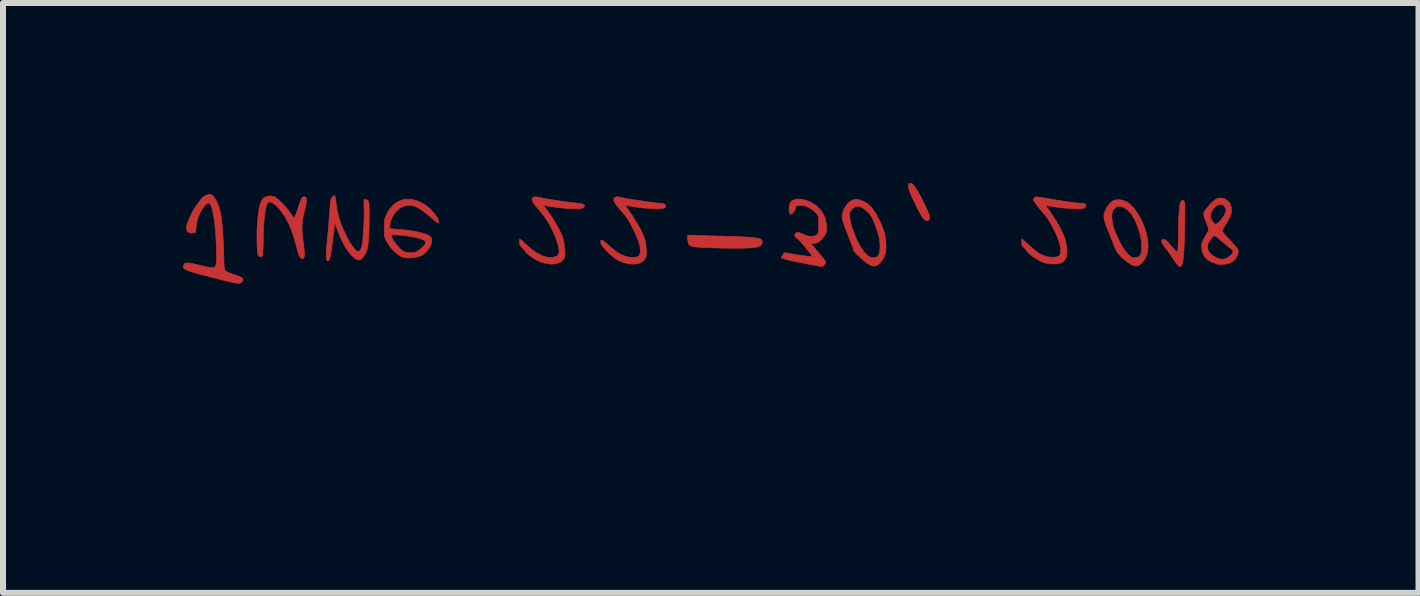
<source format=kicad_pcb>
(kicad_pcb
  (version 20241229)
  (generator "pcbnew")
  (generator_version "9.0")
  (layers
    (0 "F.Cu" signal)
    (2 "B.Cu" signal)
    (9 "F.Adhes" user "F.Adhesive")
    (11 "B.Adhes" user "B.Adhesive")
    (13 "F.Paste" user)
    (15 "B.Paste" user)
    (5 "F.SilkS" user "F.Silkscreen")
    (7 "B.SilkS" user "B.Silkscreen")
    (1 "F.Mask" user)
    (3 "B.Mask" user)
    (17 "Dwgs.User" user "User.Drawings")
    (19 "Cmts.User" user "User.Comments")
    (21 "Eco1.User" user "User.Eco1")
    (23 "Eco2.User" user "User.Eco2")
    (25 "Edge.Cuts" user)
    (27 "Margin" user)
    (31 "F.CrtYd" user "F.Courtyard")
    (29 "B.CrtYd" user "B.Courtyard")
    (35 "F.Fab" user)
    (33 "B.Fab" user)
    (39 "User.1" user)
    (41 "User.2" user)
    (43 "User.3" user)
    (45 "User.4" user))
  (footprint "mz-date-18"
    (layer "F.Cu")
    (at 8.996 0.808)
    (property "Reference" "mz-date-18" (at 0.005 1.608 0) (layer "Eco1.User") (effects (font (size 1.524 1.524) (thickness 0.3))))
    (attr through_hole)
    (fp_poly (pts (xy 3.439 -0.19) (xy 3.451 -0.209) (xy 3.452 -0.239) (xy 3.441 -0.282) (xy 3.418 -0.342) (xy 3.382 -0.421) (xy 3.333 -0.52) (xy 3.297 -0.589) (xy 3.261 -0.654) (xy 3.229 -0.708) (xy 3.206 -0.745) (xy 3.205 -0.746) (xy 3.169 -0.786) (xy 3.137 -0.803) (xy 3.112 -0.798) (xy 3.1 -0.782) (xy 3.097 -0.754) (xy 3.105 -0.711) (xy 3.125 -0.652) (xy 3.158 -0.573) (xy 3.205 -0.474) (xy 3.219 -0.445) (xy 3.268 -0.348) (xy 3.308 -0.276) (xy 3.341 -0.225) (xy 3.369 -0.194) (xy 3.394 -0.179) (xy 3.416 -0.179) (xy 3.439 -0.19)) (stroke (width 0.01) (type solid)) (fill yes) (layer "F.Cu"))
    (fp_poly (pts (xy 0.387 0.278) (xy 0.471 0.274) (xy 0.535 0.267) (xy 0.584 0.257) (xy 0.618 0.244) (xy 0.637 0.231) (xy 0.659 0.198) (xy 0.661 0.162) (xy 0.644 0.133) (xy 0.637 0.128) (xy 0.601 0.116) (xy 0.538 0.106) (xy 0.449 0.097) (xy 0.332 0.09) (xy 0.189 0.084) (xy 0.017 0.079) (xy -0.018 0.078) (xy -0.124 0.076) (xy -0.226 0.073) (xy -0.319 0.07) (xy -0.397 0.067) (xy -0.456 0.065) (xy -0.49 0.063) (xy -0.537 0.061) (xy -0.571 0.064) (xy -0.585 0.069) (xy -0.587 0.091) (xy -0.583 0.129) (xy -0.575 0.173) (xy -0.564 0.21) (xy -0.553 0.229) (xy -0.537 0.24) (xy -0.509 0.249) (xy -0.468 0.256) (xy -0.41 0.262) (xy -0.333 0.267) (xy -0.236 0.271) (xy -0.114 0.275) (xy 0 0.278) (xy 0.154 0.28) (xy 0.282 0.28) (xy 0.387 0.278)) (stroke (width 0.01) (type solid)) (fill yes) (layer "F.Cu"))
    (fp_poly (pts (xy 7.651 0.571) (xy 7.668 0.527) (xy 7.681 0.455) (xy 7.682 0.45) (xy 7.686 0.404) (xy 7.69 0.338) (xy 7.694 0.257) (xy 7.697 0.163) (xy 7.701 0.063) (xy 7.703 -0.041) (xy 7.705 -0.143) (xy 7.707 -0.24) (xy 7.708 -0.326) (xy 7.708 -0.398) (xy 7.707 -0.451) (xy 7.704 -0.482) (xy 7.704 -0.484) (xy 7.688 -0.515) (xy 7.665 -0.52) (xy 7.641 -0.498) (xy 7.637 -0.491) (xy 7.627 -0.459) (xy 7.619 -0.403) (xy 7.611 -0.324) (xy 7.605 -0.228) (xy 7.601 -0.116) (xy 7.598 0.008) (xy 7.597 0.102) (xy 7.596 0.18) (xy 7.594 0.249) (xy 7.591 0.302) (xy 7.587 0.336) (xy 7.584 0.345) (xy 7.57 0.338) (xy 7.544 0.313) (xy 7.508 0.275) (xy 7.481 0.243) (xy 7.426 0.181) (xy 7.382 0.143) (xy 7.35 0.129) (xy 7.329 0.139) (xy 7.321 0.155) (xy 7.321 0.177) (xy 7.336 0.209) (xy 7.367 0.254) (xy 7.381 0.272) (xy 7.425 0.33) (xy 7.474 0.398) (xy 7.514 0.459) (xy 7.547 0.508) (xy 7.576 0.548) (xy 7.598 0.574) (xy 7.601 0.578) (xy 7.628 0.588) (xy 7.651 0.571)) (stroke (width 0.01) (type solid)) (fill yes) (layer "F.Cu"))
    (fp_poly (pts (xy 6.923 0.573) (xy 6.964 0.548) (xy 6.996 0.518) (xy 7.046 0.451) (xy 7.077 0.374) (xy 7.092 0.281) (xy 7.093 0.217) (xy 7.083 0.113) (xy 7.057 0.003) (xy 7.018 -0.108) (xy 6.969 -0.215) (xy 6.911 -0.313) (xy 6.849 -0.397) (xy 6.783 -0.462) (xy 6.733 -0.495) (xy 6.655 -0.524) (xy 6.581 -0.531) (xy 6.516 -0.516) (xy 6.51 -0.513) (xy 6.468 -0.48) (xy 6.425 -0.429) (xy 6.388 -0.366) (xy 6.366 -0.314) (xy 6.359 -0.283) (xy 6.49 -0.283) (xy 6.5 -0.338) (xy 6.516 -0.367) (xy 6.564 -0.407) (xy 6.615 -0.42) (xy 6.673 -0.407) (xy 6.684 -0.402) (xy 6.756 -0.354) (xy 6.821 -0.28) (xy 6.877 -0.185) (xy 6.896 -0.141) (xy 6.939 -0.028) (xy 6.967 0.07) (xy 6.983 0.159) (xy 6.989 0.248) (xy 6.989 0.255) (xy 6.985 0.333) (xy 6.97 0.387) (xy 6.944 0.42) (xy 6.903 0.435) (xy 6.872 0.438) (xy 6.838 0.435) (xy 6.81 0.424) (xy 6.78 0.401) (xy 6.747 0.368) (xy 6.701 0.31) (xy 6.652 0.232) (xy 6.603 0.139) (xy 6.558 0.038) (xy 6.522 -0.056) (xy 6.501 -0.135) (xy 6.49 -0.213) (xy 6.49 -0.283) (xy 6.359 -0.283) (xy 6.358 -0.277) (xy 6.358 -0.236) (xy 6.366 -0.187) (xy 6.385 -0.125) (xy 6.414 -0.045) (xy 6.439 0.017) (xy 6.469 0.09) (xy 6.498 0.161) (xy 6.522 0.223) (xy 6.538 0.267) (xy 6.538 0.268) (xy 6.582 0.351) (xy 6.652 0.432) (xy 6.749 0.51) (xy 6.768 0.523) (xy 6.831 0.561) (xy 6.88 0.577) (xy 6.923 0.573)) (stroke (width 0.01) (type solid)) (fill yes) (layer "F.Cu"))
    (fp_poly (pts (xy -6.992 0.449) (xy -6.979 0.438) (xy -6.972 0.415) (xy -6.97 0.377) (xy -6.974 0.32) (xy -6.983 0.241) (xy -6.99 0.182) (xy -7.003 0.075) (xy -7.01 -0.013) (xy -7.011 -0.088) (xy -7.007 -0.158) (xy -6.995 -0.231) (xy -6.977 -0.316) (xy -6.966 -0.362) (xy -6.947 -0.444) (xy -6.937 -0.503) (xy -6.937 -0.541) (xy -6.946 -0.564) (xy -6.964 -0.575) (xy -6.97 -0.576) (xy -6.989 -0.576) (xy -7.004 -0.566) (xy -7.02 -0.543) (xy -7.038 -0.503) (xy -7.059 -0.443) (xy -7.081 -0.375) (xy -7.101 -0.316) (xy -7.119 -0.269) (xy -7.133 -0.238) (xy -7.14 -0.23) (xy -7.154 -0.238) (xy -7.177 -0.266) (xy -7.206 -0.306) (xy -7.211 -0.314) (xy -7.252 -0.37) (xy -7.302 -0.429) (xy -7.356 -0.485) (xy -7.409 -0.533) (xy -7.453 -0.567) (xy -7.476 -0.579) (xy -7.546 -0.593) (xy -7.609 -0.582) (xy -7.652 -0.554) (xy -7.677 -0.525) (xy -7.698 -0.484) (xy -7.715 -0.43) (xy -7.73 -0.357) (xy -7.743 -0.263) (xy -7.752 -0.18) (xy -7.757 -0.103) (xy -7.761 -0.015) (xy -7.762 0.078) (xy -7.761 0.169) (xy -7.759 0.253) (xy -7.754 0.324) (xy -7.748 0.375) (xy -7.744 0.392) (xy -7.725 0.417) (xy -7.698 0.423) (xy -7.673 0.408) (xy -7.671 0.406) (xy -7.667 0.386) (xy -7.664 0.344) (xy -7.661 0.283) (xy -7.658 0.21) (xy -7.657 0.152) (xy -7.654 -0.005) (xy -7.647 -0.144) (xy -7.636 -0.261) (xy -7.623 -0.356) (xy -7.606 -0.427) (xy -7.587 -0.474) (xy -7.566 -0.493) (xy -7.561 -0.494) (xy -7.515 -0.482) (xy -7.459 -0.445) (xy -7.398 -0.385) (xy -7.393 -0.38) (xy -7.306 -0.265) (xy -7.23 -0.126) (xy -7.165 0.037) (xy -7.111 0.222) (xy -7.108 0.237) (xy -7.085 0.326) (xy -7.064 0.389) (xy -7.044 0.429) (xy -7.024 0.449) (xy -7.011 0.452) (xy -6.992 0.449)) (stroke (width 0.01) (type solid)) (fill yes) (layer "F.Cu"))
    (fp_poly (pts (xy -1.395 0.533) (xy -1.334 0.503) (xy -1.306 0.478) (xy -1.288 0.452) (xy -1.277 0.425) (xy -1.272 0.388) (xy -1.271 0.331) (xy -1.271 0.326) (xy -1.274 0.26) (xy -1.282 0.193) (xy -1.293 0.14) (xy -1.323 0.06) (xy -1.369 -0.036) (xy -1.431 -0.145) (xy -1.504 -0.262) (xy -1.588 -0.384) (xy -1.608 -0.412) (xy -1.62 -0.432) (xy -1.611 -0.435) (xy -1.594 -0.432) (xy -1.514 -0.416) (xy -1.421 -0.403) (xy -1.323 -0.391) (xy -1.226 -0.383) (xy -1.138 -0.377) (xy -1.064 -0.377) (xy -1.017 -0.38) (xy -0.977 -0.387) (xy -0.958 -0.398) (xy -0.953 -0.418) (xy -0.953 -0.424) (xy -0.955 -0.442) (xy -0.964 -0.453) (xy -0.987 -0.461) (xy -1.028 -0.467) (xy -1.059 -0.47) (xy -1.122 -0.477) (xy -1.198 -0.487) (xy -1.283 -0.499) (xy -1.372 -0.512) (xy -1.459 -0.525) (xy -1.539 -0.538) (xy -1.608 -0.549) (xy -1.659 -0.559) (xy -1.689 -0.566) (xy -1.692 -0.567) (xy -1.745 -0.578) (xy -1.788 -0.571) (xy -1.808 -0.557) (xy -1.816 -0.534) (xy -1.809 -0.503) (xy -1.785 -0.46) (xy -1.742 -0.403) (xy -1.68 -0.332) (xy -1.629 -0.272) (xy -1.585 -0.212) (xy -1.544 -0.143) (xy -1.499 -0.059) (xy -1.489 -0.038) (xy -1.437 0.073) (xy -1.401 0.166) (xy -1.379 0.244) (xy -1.371 0.312) (xy -1.372 0.349) (xy -1.384 0.393) (xy -1.412 0.421) (xy -1.46 0.433) (xy -1.528 0.433) (xy -1.607 0.419) (xy -1.684 0.389) (xy -1.766 0.341) (xy -1.855 0.272) (xy -1.89 0.241) (xy -1.947 0.191) (xy -1.986 0.159) (xy -2.011 0.144) (xy -2.025 0.143) (xy -2.028 0.147) (xy -2.031 0.178) (xy -2.028 0.204) (xy -2.012 0.233) (xy -1.979 0.275) (xy -1.935 0.324) (xy -1.883 0.374) (xy -1.829 0.421) (xy -1.81 0.437) (xy -1.73 0.487) (xy -1.644 0.522) (xy -1.555 0.542) (xy -1.471 0.545) (xy -1.395 0.533)) (stroke (width 0.01) (type solid)) (fill yes) (layer "F.Cu"))
    (fp_poly (pts (xy 2.572 0.566) (xy 2.617 0.532) (xy 2.66 0.482) (xy 2.688 0.435) (xy 2.708 0.391) (xy 2.719 0.349) (xy 2.724 0.299) (xy 2.725 0.243) (xy 2.72 0.145) (xy 2.705 0.053) (xy 2.677 -0.041) (xy 2.634 -0.145) (xy 2.612 -0.191) (xy 2.551 -0.305) (xy 2.488 -0.393) (xy 2.423 -0.458) (xy 2.353 -0.5) (xy 2.336 -0.507) (xy 2.274 -0.528) (xy 2.226 -0.535) (xy 2.184 -0.528) (xy 2.151 -0.516) (xy 2.099 -0.48) (xy 2.053 -0.424) (xy 2.017 -0.356) (xy 1.997 -0.284) (xy 1.996 -0.28) (xy 2.118 -0.28) (xy 2.12 -0.312) (xy 2.13 -0.336) (xy 2.15 -0.36) (xy 2.164 -0.374) (xy 2.208 -0.41) (xy 2.249 -0.422) (xy 2.295 -0.414) (xy 2.304 -0.411) (xy 2.332 -0.395) (xy 2.37 -0.367) (xy 2.409 -0.334) (xy 2.445 -0.299) (xy 2.472 -0.265) (xy 2.496 -0.223) (xy 2.521 -0.165) (xy 2.533 -0.133) (xy 2.572 -0.026) (xy 2.599 0.061) (xy 2.616 0.136) (xy 2.624 0.204) (xy 2.624 0.272) (xy 2.624 0.276) (xy 2.616 0.349) (xy 2.6 0.397) (xy 2.573 0.425) (xy 2.532 0.437) (xy 2.511 0.438) (xy 2.473 0.433) (xy 2.439 0.418) (xy 2.399 0.385) (xy 2.394 0.38) (xy 2.344 0.323) (xy 2.293 0.245) (xy 2.243 0.151) (xy 2.199 0.05) (xy 2.161 -0.052) (xy 2.135 -0.149) (xy 2.122 -0.229) (xy 2.118 -0.28) (xy 1.996 -0.28) (xy 1.994 -0.222) (xy 2.001 -0.189) (xy 2.018 -0.136) (xy 2.041 -0.068) (xy 2.07 0.009) (xy 2.095 0.072) (xy 2.125 0.148) (xy 2.151 0.216) (xy 2.171 0.27) (xy 2.184 0.307) (xy 2.188 0.321) (xy 2.199 0.339) (xy 2.226 0.369) (xy 2.265 0.408) (xy 2.311 0.449) (xy 2.358 0.49) (xy 2.402 0.524) (xy 2.436 0.547) (xy 2.442 0.55) (xy 2.484 0.568) (xy 2.52 0.578) (xy 2.529 0.579) (xy 2.572 0.566)) (stroke (width 0.01) (type solid)) (fill yes) (layer "F.Cu"))
    (fp_poly (pts (xy -6.564 0.484) (xy -6.552 0.46) (xy -6.54 0.418) (xy -6.528 0.356) (xy -6.516 0.27) (xy -6.502 0.163) (xy -6.491 0.075) (xy -6.481 -0.003) (xy -6.473 -0.066) (xy -6.466 -0.112) (xy -6.462 -0.134) (xy -6.462 -0.136) (xy -6.456 -0.125) (xy -6.443 -0.093) (xy -6.425 -0.044) (xy -6.403 0.017) (xy -6.36 0.125) (xy -6.309 0.227) (xy -6.253 0.316) (xy -6.195 0.389) (xy -6.138 0.442) (xy -6.105 0.462) (xy -6.072 0.476) (xy -6.049 0.475) (xy -6.024 0.462) (xy -5.999 0.437) (xy -5.97 0.396) (xy -5.95 0.359) (xy -5.934 0.323) (xy -5.922 0.287) (xy -5.913 0.246) (xy -5.907 0.192) (xy -5.902 0.119) (xy -5.9 0.087) (xy -5.895 -0.013) (xy -5.892 -0.114) (xy -5.891 -0.213) (xy -5.89 -0.305) (xy -5.892 -0.384) (xy -5.894 -0.447) (xy -5.899 -0.487) (xy -5.9 -0.494) (xy -5.917 -0.522) (xy -5.945 -0.529) (xy -5.979 -0.529) (xy -5.976 -0.36) (xy -5.975 -0.271) (xy -5.977 -0.174) (xy -5.982 -0.074) (xy -5.988 0.023) (xy -5.995 0.112) (xy -6.004 0.187) (xy -6.013 0.245) (xy -6.022 0.278) (xy -6.041 0.312) (xy -6.063 0.333) (xy -6.066 0.334) (xy -6.092 0.33) (xy -6.127 0.302) (xy -6.168 0.252) (xy -6.213 0.183) (xy -6.261 0.099) (xy -6.266 0.087) (xy -6.337 -0.063) (xy -6.388 -0.203) (xy -6.423 -0.34) (xy -6.439 -0.442) (xy -6.447 -0.504) (xy -6.455 -0.555) (xy -6.463 -0.59) (xy -6.467 -0.601) (xy -6.482 -0.595) (xy -6.505 -0.574) (xy -6.508 -0.57) (xy -6.528 -0.535) (xy -6.537 -0.503) (xy -6.537 -0.503) (xy -6.538 -0.476) (xy -6.542 -0.427) (xy -6.547 -0.36) (xy -6.553 -0.279) (xy -6.56 -0.191) (xy -6.568 -0.099) (xy -6.575 -0.01) (xy -6.583 0.073) (xy -6.589 0.143) (xy -6.594 0.191) (xy -6.603 0.291) (xy -6.607 0.373) (xy -6.606 0.436) (xy -6.6 0.475) (xy -6.592 0.488) (xy -6.577 0.492) (xy -6.564 0.484)) (stroke (width 0.01) (type solid)) (fill yes) (layer "F.Cu"))
    (fp_poly (pts (xy 5.625 0.531) (xy 5.659 0.517) (xy 5.705 0.477) (xy 5.734 0.417) (xy 5.744 0.337) (xy 5.736 0.24) (xy 5.709 0.126) (xy 5.704 0.11) (xy 5.683 0.056) (xy 5.649 -0.015) (xy 5.606 -0.096) (xy 5.557 -0.18) (xy 5.505 -0.263) (xy 5.456 -0.336) (xy 5.435 -0.365) (xy 5.406 -0.404) (xy 5.394 -0.425) (xy 5.396 -0.433) (xy 5.411 -0.431) (xy 5.411 -0.431) (xy 5.487 -0.417) (xy 5.576 -0.403) (xy 5.671 -0.392) (xy 5.765 -0.383) (xy 5.853 -0.378) (xy 5.927 -0.376) (xy 5.982 -0.378) (xy 5.993 -0.379) (xy 6.031 -0.388) (xy 6.049 -0.404) (xy 6.054 -0.426) (xy 6.055 -0.443) (xy 6.05 -0.454) (xy 6.034 -0.462) (xy 6.001 -0.467) (xy 5.947 -0.472) (xy 5.928 -0.473) (xy 5.868 -0.479) (xy 5.788 -0.489) (xy 5.698 -0.502) (xy 5.605 -0.517) (xy 5.557 -0.525) (xy 5.451 -0.543) (xy 5.37 -0.557) (xy 5.31 -0.566) (xy 5.268 -0.572) (xy 5.239 -0.575) (xy 5.221 -0.575) (xy 5.21 -0.572) (xy 5.203 -0.567) (xy 5.199 -0.563) (xy 5.184 -0.538) (xy 5.182 -0.528) (xy 5.191 -0.507) (xy 5.215 -0.47) (xy 5.253 -0.42) (xy 5.299 -0.363) (xy 5.352 -0.302) (xy 5.364 -0.289) (xy 5.406 -0.235) (xy 5.453 -0.162) (xy 5.5 -0.078) (xy 5.545 0.011) (xy 5.583 0.096) (xy 5.604 0.151) (xy 5.621 0.211) (xy 5.633 0.273) (xy 5.637 0.31) (xy 5.635 0.364) (xy 5.621 0.4) (xy 5.591 0.42) (xy 5.54 0.429) (xy 5.493 0.43) (xy 5.419 0.423) (xy 5.349 0.403) (xy 5.278 0.367) (xy 5.202 0.313) (xy 5.116 0.238) (xy 5.114 0.236) (xy 4.991 0.122) (xy 4.986 0.177) (xy 4.987 0.219) (xy 5.002 0.248) (xy 5.023 0.268) (xy 5.052 0.298) (xy 5.071 0.324) (xy 5.073 0.327) (xy 5.091 0.351) (xy 5.127 0.384) (xy 5.177 0.421) (xy 5.233 0.458) (xy 5.29 0.49) (xy 5.32 0.505) (xy 5.393 0.529) (xy 5.474 0.542) (xy 5.555 0.542) (xy 5.625 0.531)) (stroke (width 0.01) (type solid)) (fill yes) (layer "F.Cu"))
    (fp_poly (pts (xy -2.767 0.537) (xy -2.7 0.51) (xy -2.66 0.476) (xy -2.642 0.453) (xy -2.632 0.432) (xy -2.627 0.404) (xy -2.627 0.364) (xy -2.63 0.304) (xy -2.639 0.219) (xy -2.654 0.14) (xy -2.667 0.092) (xy -2.693 0.033) (xy -2.73 -0.042) (xy -2.777 -0.125) (xy -2.827 -0.209) (xy -2.877 -0.287) (xy -2.924 -0.351) (xy -2.935 -0.366) (xy -2.966 -0.405) (xy -2.981 -0.427) (xy -2.98 -0.435) (xy -2.966 -0.434) (xy -2.962 -0.433) (xy -2.9 -0.42) (xy -2.818 -0.407) (xy -2.726 -0.396) (xy -2.631 -0.386) (xy -2.544 -0.38) (xy -2.489 -0.378) (xy -2.42 -0.377) (xy -2.373 -0.379) (xy -2.343 -0.385) (xy -2.325 -0.394) (xy -2.321 -0.398) (xy -2.302 -0.424) (xy -2.307 -0.444) (xy -2.336 -0.458) (xy -2.391 -0.468) (xy -2.431 -0.472) (xy -2.491 -0.478) (xy -2.566 -0.488) (xy -2.651 -0.499) (xy -2.739 -0.512) (xy -2.826 -0.525) (xy -2.906 -0.538) (xy -2.973 -0.55) (xy -3.021 -0.56) (xy -3.041 -0.565) (xy -3.102 -0.577) (xy -3.154 -0.571) (xy -3.159 -0.57) (xy -3.175 -0.55) (xy -3.173 -0.516) (xy -3.153 -0.473) (xy -3.146 -0.462) (xy -3.122 -0.431) (xy -3.085 -0.388) (xy -3.043 -0.339) (xy -3.027 -0.32) (xy -2.968 -0.246) (xy -2.91 -0.157) (xy -2.856 -0.058) (xy -2.807 0.044) (xy -2.768 0.143) (xy -2.74 0.235) (xy -2.726 0.312) (xy -2.725 0.334) (xy -2.735 0.382) (xy -2.767 0.414) (xy -2.819 0.432) (xy -2.902 0.434) (xy -2.994 0.41) (xy -3.092 0.362) (xy -3.194 0.29) (xy -3.267 0.225) (xy -3.312 0.184) (xy -3.348 0.151) (xy -3.373 0.131) (xy -3.38 0.127) (xy -3.385 0.14) (xy -3.388 0.17) (xy -3.389 0.178) (xy -3.383 0.217) (xy -3.362 0.251) (xy -3.339 0.274) (xy -3.31 0.304) (xy -3.292 0.327) (xy -3.29 0.334) (xy -3.278 0.35) (xy -3.249 0.377) (xy -3.206 0.409) (xy -3.157 0.443) (xy -3.106 0.474) (xy -3.061 0.498) (xy -3.038 0.508) (xy -2.94 0.536) (xy -2.849 0.546) (xy -2.767 0.537)) (stroke (width 0.01) (type solid)) (fill yes) (layer "F.Cu"))
    (fp_poly (pts (xy 1.696 0.556) (xy 1.715 0.528) (xy 1.719 0.505) (xy 1.719 0.504) (xy 1.707 0.487) (xy 1.681 0.452) (xy 1.644 0.406) (xy 1.6 0.354) (xy 1.597 0.35) (xy 1.553 0.298) (xy 1.518 0.254) (xy 1.493 0.222) (xy 1.483 0.207) (xy 1.482 0.206) (xy 1.495 0.201) (xy 1.526 0.198) (xy 1.533 0.198) (xy 1.565 0.194) (xy 1.595 0.179) (xy 1.63 0.149) (xy 1.652 0.129) (xy 1.698 0.075) (xy 1.725 0.023) (xy 1.736 -0.038) (xy 1.733 -0.115) (xy 1.733 -0.12) (xy 1.707 -0.229) (xy 1.656 -0.329) (xy 1.611 -0.385) (xy 1.541 -0.445) (xy 1.458 -0.493) (xy 1.37 -0.526) (xy 1.283 -0.54) (xy 1.216 -0.535) (xy 1.163 -0.516) (xy 1.129 -0.483) (xy 1.112 -0.431) (xy 1.108 -0.379) (xy 1.111 -0.33) (xy 1.117 -0.297) (xy 1.124 -0.287) (xy 1.149 -0.291) (xy 1.178 -0.315) (xy 1.201 -0.35) (xy 1.212 -0.382) (xy 1.22 -0.411) (xy 1.233 -0.426) (xy 1.26 -0.432) (xy 1.293 -0.435) (xy 1.369 -0.427) (xy 1.447 -0.396) (xy 1.518 -0.348) (xy 1.559 -0.306) (xy 1.579 -0.28) (xy 1.591 -0.256) (xy 1.599 -0.229) (xy 1.602 -0.189) (xy 1.602 -0.131) (xy 1.603 -0.11) (xy 1.602 -0.045) (xy 1.6 -0.002) (xy 1.594 0.025) (xy 1.585 0.043) (xy 1.57 0.057) (xy 1.569 0.058) (xy 1.52 0.08) (xy 1.458 0.083) (xy 1.388 0.067) (xy 1.348 0.049) (xy 1.288 0.023) (xy 1.242 0.017) (xy 1.213 0.031) (xy 1.203 0.056) (xy 1.208 0.088) (xy 1.236 0.112) (xy 1.239 0.114) (xy 1.261 0.132) (xy 1.293 0.164) (xy 1.333 0.207) (xy 1.375 0.256) (xy 1.416 0.306) (xy 1.451 0.351) (xy 1.478 0.389) (xy 1.492 0.412) (xy 1.492 0.418) (xy 1.477 0.419) (xy 1.439 0.415) (xy 1.384 0.409) (xy 1.317 0.4) (xy 1.244 0.389) (xy 1.171 0.377) (xy 1.102 0.366) (xy 1.055 0.357) (xy 1.026 0.356) (xy 1.017 0.369) (xy 1.017 0.372) (xy 1.005 0.397) (xy 0.993 0.407) (xy 0.978 0.419) (xy 0.98 0.432) (xy 0.999 0.446) (xy 1.038 0.461) (xy 1.099 0.477) (xy 1.182 0.496) (xy 1.29 0.518) (xy 1.415 0.542) (xy 1.665 0.589) (xy 1.696 0.556)) (stroke (width 0.01) (type solid)) (fill yes) (layer "F.Cu"))
    (fp_poly (pts (xy -5.215 0.441) (xy -5.159 0.437) (xy -5.07 0.42) (xy -5 0.39) (xy -4.942 0.343) (xy -4.899 0.289) (xy -4.862 0.222) (xy -4.846 0.162) (xy -4.852 0.112) (xy -4.869 0.087) (xy -4.907 0.062) (xy -4.971 0.038) (xy -5.055 0.015) (xy -5.156 -0.005) (xy -5.27 -0.022) (xy -5.395 -0.034) (xy -5.418 -0.036) (xy -5.479 -0.041) (xy -5.518 -0.045) (xy -5.538 -0.052) (xy -5.547 -0.062) (xy -5.549 -0.078) (xy -5.549 -0.083) (xy -5.537 -0.168) (xy -5.503 -0.249) (xy -5.453 -0.321) (xy -5.391 -0.38) (xy -5.319 -0.42) (xy -5.243 -0.437) (xy -5.231 -0.438) (xy -5.174 -0.432) (xy -5.116 -0.414) (xy -5.053 -0.381) (xy -4.981 -0.331) (xy -4.895 -0.262) (xy -4.887 -0.255) (xy -4.835 -0.211) (xy -4.79 -0.175) (xy -4.758 -0.151) (xy -4.742 -0.141) (xy -4.742 -0.141) (xy -4.729 -0.151) (xy -4.733 -0.177) (xy -4.75 -0.216) (xy -4.778 -0.262) (xy -4.815 -0.311) (xy -4.858 -0.359) (xy -4.887 -0.388) (xy -4.982 -0.458) (xy -5.082 -0.508) (xy -5.184 -0.535) (xy -5.283 -0.538) (xy -5.305 -0.534) (xy -5.399 -0.504) (xy -5.483 -0.448) (xy -5.553 -0.37) (xy -5.594 -0.3) (xy -5.615 -0.255) (xy -5.629 -0.218) (xy -5.636 -0.181) (xy -5.64 -0.134) (xy -5.641 -0.069) (xy -5.641 -0.057) (xy -5.64 0.014) (xy -5.636 0.064) (xy -5.633 0.082) (xy -5.521 0.082) (xy -5.519 0.068) (xy -5.511 0.06) (xy -5.492 0.057) (xy -5.455 0.057) (xy -5.396 0.061) (xy -5.39 0.061) (xy -5.312 0.069) (xy -5.223 0.081) (xy -5.141 0.096) (xy -5.125 0.099) (xy -5.041 0.12) (xy -4.984 0.142) (xy -4.954 0.166) (xy -4.95 0.196) (xy -4.971 0.232) (xy -5.017 0.276) (xy -5.042 0.297) (xy -5.084 0.328) (xy -5.118 0.345) (xy -5.154 0.352) (xy -5.202 0.353) (xy -5.262 0.35) (xy -5.305 0.339) (xy -5.337 0.321) (xy -5.372 0.292) (xy -5.411 0.25) (xy -5.451 0.202) (xy -5.485 0.154) (xy -5.51 0.112) (xy -5.52 0.083) (xy -5.521 0.082) (xy -5.633 0.082) (xy -5.629 0.102) (xy -5.618 0.135) (xy -5.607 0.155) (xy -5.554 0.241) (xy -5.49 0.318) (xy -5.42 0.38) (xy -5.35 0.423) (xy -5.315 0.436) (xy -5.274 0.441) (xy -5.215 0.441)) (stroke (width 0.01) (type solid)) (fill yes) (layer "F.Cu"))
    (fp_poly (pts (xy -8.055 0.866) (xy -8.041 0.861) (xy -8.03 0.855) (xy -8.028 0.854) (xy -7.998 0.824) (xy -7.994 0.799) (xy -8.001 0.784) (xy -8.02 0.769) (xy -8.055 0.752) (xy -8.111 0.731) (xy -8.146 0.719) (xy -8.213 0.695) (xy -8.258 0.676) (xy -8.285 0.66) (xy -8.299 0.644) (xy -8.304 0.634) (xy -8.307 0.608) (xy -8.31 0.56) (xy -8.313 0.496) (xy -8.314 0.422) (xy -8.315 0.394) (xy -8.317 0.296) (xy -8.322 0.186) (xy -8.33 0.069) (xy -8.339 -0.047) (xy -8.349 -0.156) (xy -8.361 -0.25) (xy -8.372 -0.322) (xy -8.372 -0.322) (xy -8.392 -0.399) (xy -8.419 -0.471) (xy -8.452 -0.534) (xy -8.487 -0.583) (xy -8.522 -0.613) (xy -8.546 -0.621) (xy -8.578 -0.614) (xy -8.62 -0.597) (xy -8.63 -0.592) (xy -8.667 -0.567) (xy -8.695 -0.539) (xy -8.699 -0.533) (xy -8.719 -0.502) (xy -8.748 -0.464) (xy -8.755 -0.456) (xy -8.785 -0.414) (xy -8.819 -0.357) (xy -8.854 -0.291) (xy -8.887 -0.222) (xy -8.914 -0.158) (xy -8.931 -0.105) (xy -8.937 -0.072) (xy -8.931 -0.018) (xy -8.909 0.014) (xy -8.87 0.026) (xy -8.845 0.026) (xy -8.789 0.021) (xy -8.778 -0.064) (xy -8.765 -0.152) (xy -8.749 -0.221) (xy -8.726 -0.28) (xy -8.695 -0.34) (xy -8.682 -0.361) (xy -8.637 -0.425) (xy -8.6 -0.463) (xy -8.57 -0.474) (xy -8.544 -0.459) (xy -8.522 -0.417) (xy -8.507 -0.367) (xy -8.492 -0.299) (xy -8.478 -0.214) (xy -8.466 -0.118) (xy -8.455 -0.015) (xy -8.447 0.092) (xy -8.441 0.199) (xy -8.437 0.3) (xy -8.436 0.393) (xy -8.437 0.472) (xy -8.442 0.533) (xy -8.45 0.573) (xy -8.455 0.584) (xy -8.469 0.596) (xy -8.486 0.603) (xy -8.512 0.605) (xy -8.551 0.6) (xy -8.607 0.589) (xy -8.685 0.571) (xy -8.711 0.565) (xy -8.8 0.544) (xy -8.866 0.531) (xy -8.913 0.525) (xy -8.944 0.526) (xy -8.964 0.533) (xy -8.977 0.548) (xy -8.982 0.557) (xy -8.99 0.578) (xy -8.991 0.596) (xy -8.984 0.612) (xy -8.966 0.628) (xy -8.935 0.645) (xy -8.889 0.663) (xy -8.825 0.683) (xy -8.741 0.707) (xy -8.635 0.735) (xy -8.504 0.768) (xy -8.465 0.778) (xy -8.35 0.807) (xy -8.259 0.829) (xy -8.189 0.846) (xy -8.137 0.857) (xy -8.099 0.864) (xy -8.073 0.867) (xy -8.055 0.866)) (stroke (width 0.01) (type solid)) (fill yes) (layer "F.Cu"))
    (fp_poly (pts (xy 8.417 0.54) (xy 8.492 0.51) (xy 8.549 0.462) (xy 8.585 0.396) (xy 8.595 0.353) (xy 8.597 0.33) (xy 8.595 0.31) (xy 8.585 0.289) (xy 8.565 0.263) (xy 8.532 0.226) (xy 8.483 0.175) (xy 8.466 0.157) (xy 8.417 0.104) (xy 8.375 0.057) (xy 8.345 0.019) (xy 8.331 -0.004) (xy 8.33 -0.007) (xy 8.338 -0.029) (xy 8.358 -0.068) (xy 8.387 -0.115) (xy 8.4 -0.136) (xy 8.454 -0.232) (xy 8.483 -0.317) (xy 8.485 -0.393) (xy 8.46 -0.46) (xy 8.426 -0.504) (xy 8.368 -0.546) (xy 8.307 -0.56) (xy 8.244 -0.547) (xy 8.234 -0.542) (xy 8.199 -0.517) (xy 8.155 -0.479) (xy 8.11 -0.432) (xy 8.069 -0.384) (xy 8.038 -0.341) (xy 8.024 -0.312) (xy 8.023 -0.275) (xy 8.026 -0.26) (xy 8.133 -0.26) (xy 8.145 -0.318) (xy 8.179 -0.375) (xy 8.227 -0.423) (xy 8.274 -0.45) (xy 8.317 -0.453) (xy 8.356 -0.43) (xy 8.384 -0.39) (xy 8.394 -0.363) (xy 8.392 -0.335) (xy 8.377 -0.296) (xy 8.375 -0.292) (xy 8.349 -0.245) (xy 8.315 -0.199) (xy 8.279 -0.159) (xy 8.244 -0.131) (xy 8.218 -0.12) (xy 8.212 -0.121) (xy 8.185 -0.143) (xy 8.159 -0.181) (xy 8.139 -0.225) (xy 8.133 -0.26) (xy 8.026 -0.26) (xy 8.033 -0.23) (xy 8.037 -0.219) (xy 8.056 -0.17) (xy 8.077 -0.114) (xy 8.085 -0.095) (xy 8.1 -0.054) (xy 8.104 -0.028) (xy 8.098 -0.005) (xy 8.084 0.018) (xy 8.044 0.087) (xy 8.017 0.137) (xy 7.999 0.175) (xy 7.99 0.205) (xy 7.986 0.234) (xy 7.985 0.262) (xy 7.987 0.276) (xy 8.082 0.276) (xy 8.089 0.217) (xy 8.099 0.195) (xy 8.13 0.14) (xy 8.162 0.098) (xy 8.188 0.074) (xy 8.198 0.071) (xy 8.216 0.079) (xy 8.249 0.103) (xy 8.292 0.137) (xy 8.319 0.16) (xy 8.37 0.203) (xy 8.418 0.243) (xy 8.457 0.273) (xy 8.469 0.281) (xy 8.502 0.312) (xy 8.509 0.344) (xy 8.491 0.378) (xy 8.447 0.419) (xy 8.446 0.419) (xy 8.387 0.454) (xy 8.33 0.465) (xy 8.268 0.453) (xy 8.218 0.431) (xy 8.148 0.386) (xy 8.103 0.333) (xy 8.082 0.276) (xy 7.987 0.276) (xy 7.997 0.341) (xy 8.03 0.412) (xy 8.08 0.469) (xy 8.142 0.508) (xy 8.175 0.518) (xy 8.208 0.527) (xy 8.225 0.538) (xy 8.242 0.545) (xy 8.279 0.549) (xy 8.325 0.551) (xy 8.417 0.54)) (stroke (width 0.01) (type solid)) (fill yes) (layer "F.Cu")))
  (gr_rect
    (start -3 -3)
    (end 20.598 6.834)
    (stroke (width 0.1) (type default))
    (fill no)
    (layer "Edge.Cuts")))
</source>
